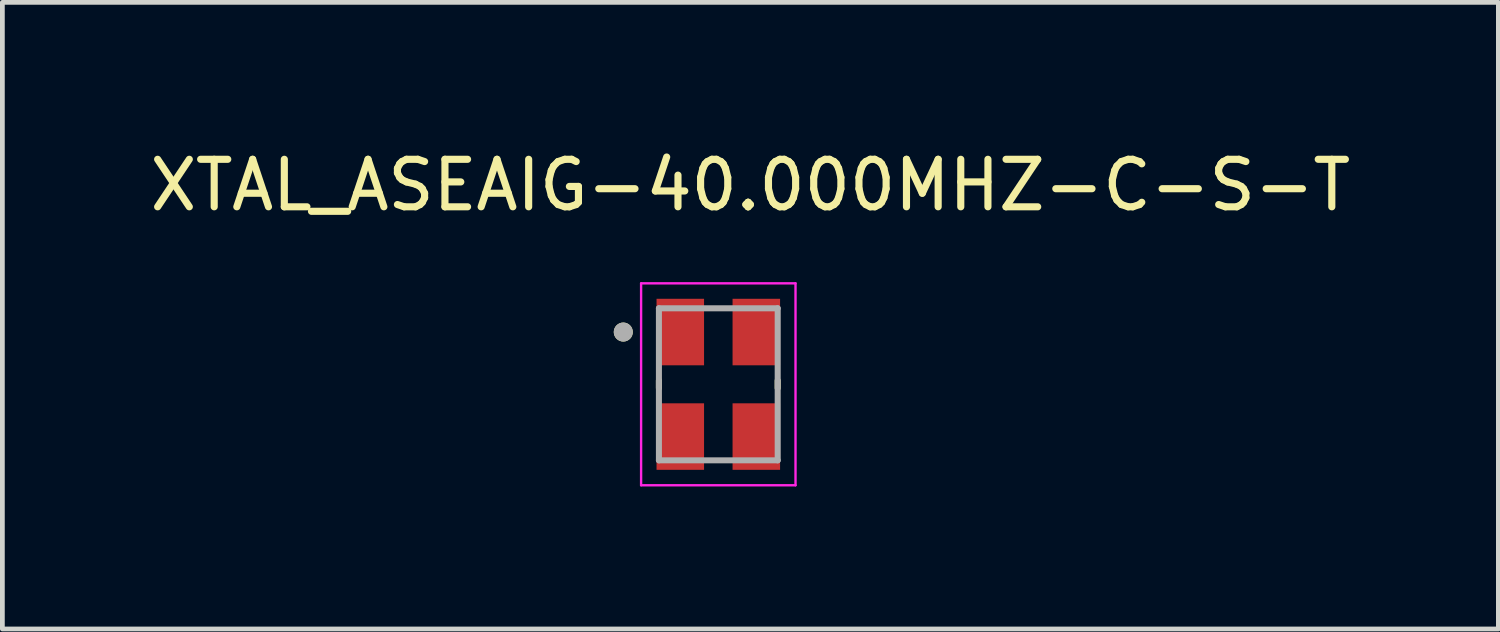
<source format=kicad_pcb>
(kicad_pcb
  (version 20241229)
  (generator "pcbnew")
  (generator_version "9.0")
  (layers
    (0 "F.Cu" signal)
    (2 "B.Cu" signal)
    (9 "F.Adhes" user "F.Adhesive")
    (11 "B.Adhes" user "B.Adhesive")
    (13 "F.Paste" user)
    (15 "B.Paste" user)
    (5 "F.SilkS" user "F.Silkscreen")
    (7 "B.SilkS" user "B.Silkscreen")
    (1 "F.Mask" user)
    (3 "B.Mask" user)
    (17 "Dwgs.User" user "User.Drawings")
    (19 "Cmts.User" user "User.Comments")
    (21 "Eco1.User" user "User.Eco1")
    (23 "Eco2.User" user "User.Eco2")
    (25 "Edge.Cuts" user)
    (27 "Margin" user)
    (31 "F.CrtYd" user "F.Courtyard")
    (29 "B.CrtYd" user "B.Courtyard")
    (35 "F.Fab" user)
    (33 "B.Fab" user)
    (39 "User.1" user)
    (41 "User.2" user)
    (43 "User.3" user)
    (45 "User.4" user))
  (footprint "XTAL_ASEAIG-40.000MHZ-C-S-T"
    (layer "F.Cu")
    (at 12.069 5.039)
    (property "Reference" "XTAL_ASEAIG-40.000MHZ-C-S-T" (at 0.675 -4.191 0) (layer "F.SilkS") (effects (font (size 1 1) (thickness 0.15))))
    (attr through_hole)
    (fp_line (start -1.25 -0.08) (end -1.25 0.08) (stroke (width 0.127) (type solid)) (layer "F.SilkS"))
    (fp_line (start 1.25 0.08) (end 1.25 -0.08) (stroke (width 0.127) (type solid)) (layer "F.SilkS"))
    (fp_circle (center -2 -1.1) (end -1.9 -1.1) (stroke (width 0.2) (type solid)) (fill no) (layer "F.SilkS"))
    (fp_line (start -1.625 -2.125) (end 1.625 -2.125) (stroke (width 0.05) (type solid)) (layer "F.CrtYd"))
    (fp_line (start -1.625 2.125) (end -1.625 -2.125) (stroke (width 0.05) (type solid)) (layer "F.CrtYd"))
    (fp_line (start 1.625 -2.125) (end 1.625 2.125) (stroke (width 0.05) (type solid)) (layer "F.CrtYd"))
    (fp_line (start 1.625 2.125) (end -1.625 2.125) (stroke (width 0.05) (type solid)) (layer "F.CrtYd"))
    (fp_line (start -1.25 -1.6) (end 1.25 -1.6) (stroke (width 0.127) (type solid)) (layer "F.Fab"))
    (fp_line (start -1.25 1.6) (end -1.25 -1.6) (stroke (width 0.127) (type solid)) (layer "F.Fab"))
    (fp_line (start 1.25 -1.6) (end 1.25 1.6) (stroke (width 0.127) (type solid)) (layer "F.Fab"))
    (fp_line (start 1.25 1.6) (end -1.25 1.6) (stroke (width 0.127) (type solid)) (layer "F.Fab"))
    (fp_circle (center -2 -1.1) (end -1.9 -1.1) (stroke (width 0.2) (type solid)) (fill no) (layer "F.Fab"))
    (pad "1" smd rect (at -0.8 -1.1) (size 1 1.4) (layers "F.Cu" "F.Mask" "F.Paste"))
    (pad "2" smd rect (at -0.8 1.1) (size 1 1.4) (layers "F.Cu" "F.Mask" "F.Paste"))
    (pad "3" smd rect (at 0.8 1.1) (size 1 1.4) (layers "F.Cu" "F.Mask" "F.Paste"))
    (pad "4" smd rect (at 0.8 -1.1) (size 1 1.4) (layers "F.Cu" "F.Mask" "F.Paste")))
  (gr_rect
    (start -3 -3)
    (end 28.488 10.189)
    (stroke (width 0.1) (type default))
    (fill no)
    (layer "Edge.Cuts")))
</source>
